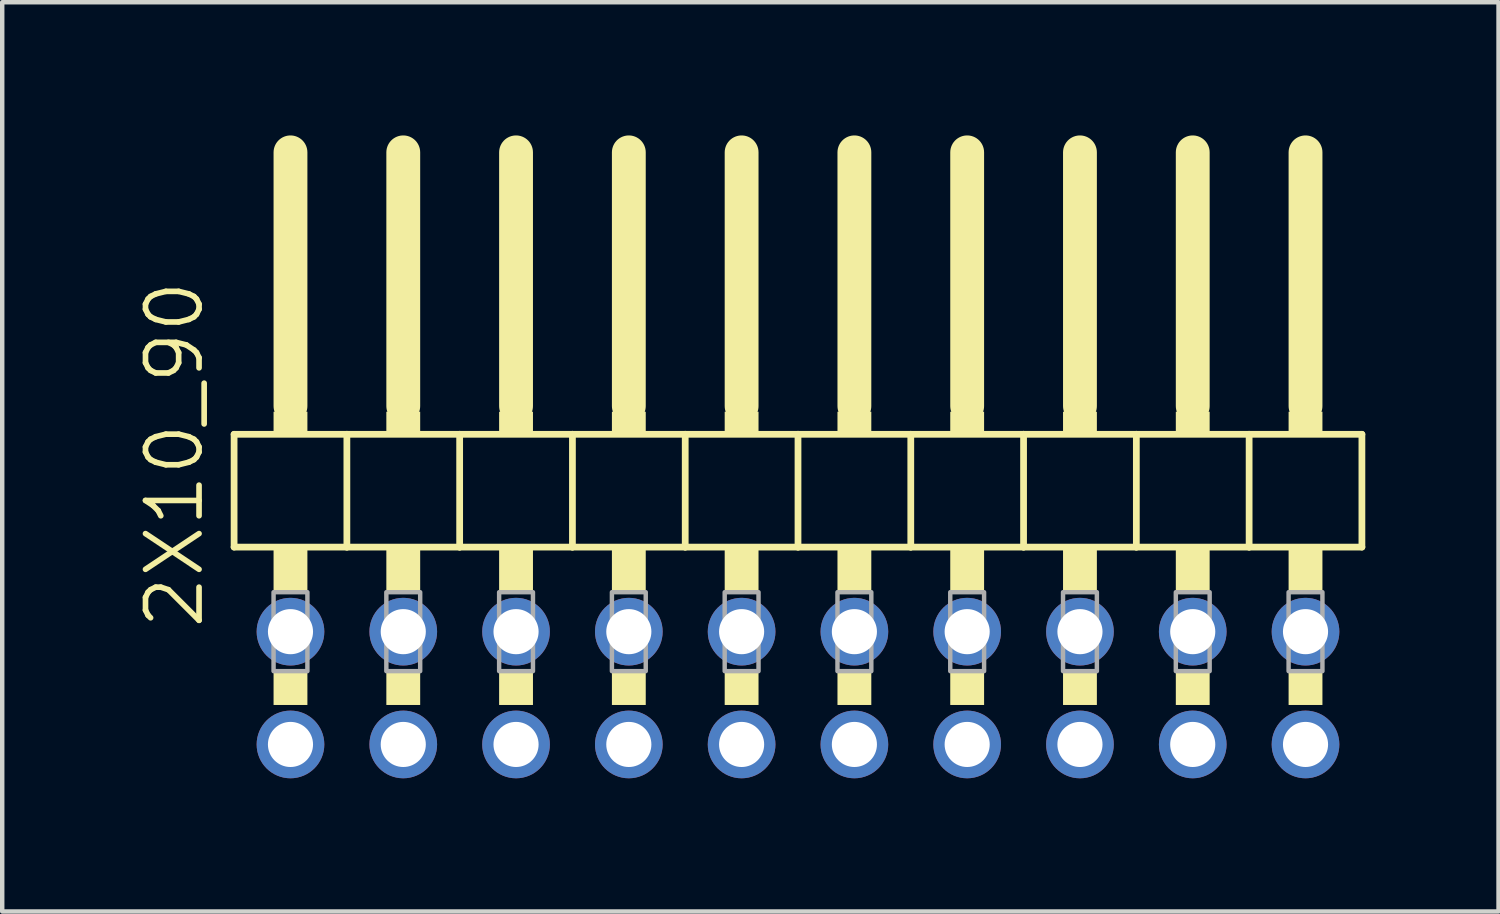
<source format=kicad_pcb>
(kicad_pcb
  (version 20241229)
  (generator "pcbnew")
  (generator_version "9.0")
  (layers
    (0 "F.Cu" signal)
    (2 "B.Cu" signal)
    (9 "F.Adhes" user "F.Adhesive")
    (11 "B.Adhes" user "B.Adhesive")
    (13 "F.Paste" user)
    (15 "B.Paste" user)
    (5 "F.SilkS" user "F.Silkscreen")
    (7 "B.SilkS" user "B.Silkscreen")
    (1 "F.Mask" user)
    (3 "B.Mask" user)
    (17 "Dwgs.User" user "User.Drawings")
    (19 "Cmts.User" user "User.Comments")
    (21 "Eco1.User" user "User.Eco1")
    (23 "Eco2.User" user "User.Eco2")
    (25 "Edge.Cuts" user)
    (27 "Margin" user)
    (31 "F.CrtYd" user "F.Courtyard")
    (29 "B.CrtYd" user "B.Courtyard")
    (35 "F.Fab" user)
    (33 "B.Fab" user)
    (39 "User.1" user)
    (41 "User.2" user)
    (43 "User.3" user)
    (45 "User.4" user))
  (footprint "2X10_90"
    (layer "F.Cu")
    (at 14.922 7.366)
    (property "Reference" "2X10_90" (at -13.335 3.81 90) (layer "F.SilkS") (effects (font (size 1.206 1.206) (thickness 0.127)) (justify left bottom)))
    (attr through_hole)
    (fp_line (start -12.7 -0.635) (end -12.7 1.905) (stroke (width 0.152) (type solid)) (layer "F.SilkS"))
    (fp_line (start -12.7 1.905) (end -10.16 1.905) (stroke (width 0.152) (type solid)) (layer "F.SilkS"))
    (fp_line (start -11.43 -6.985) (end -11.43 -1.27) (stroke (width 0.762) (type solid)) (layer "F.SilkS"))
    (fp_line (start -10.16 -0.635) (end -12.7 -0.635) (stroke (width 0.152) (type solid)) (layer "F.SilkS"))
    (fp_line (start -10.16 1.905) (end -10.16 -0.635) (stroke (width 0.152) (type solid)) (layer "F.SilkS"))
    (fp_line (start -10.16 1.905) (end -7.62 1.905) (stroke (width 0.152) (type solid)) (layer "F.SilkS"))
    (fp_line (start -8.89 -6.985) (end -8.89 -1.27) (stroke (width 0.762) (type solid)) (layer "F.SilkS"))
    (fp_line (start -7.62 -0.635) (end -10.16 -0.635) (stroke (width 0.152) (type solid)) (layer "F.SilkS"))
    (fp_line (start -7.62 1.905) (end -7.62 -0.635) (stroke (width 0.152) (type solid)) (layer "F.SilkS"))
    (fp_line (start -7.62 1.905) (end -5.08 1.905) (stroke (width 0.152) (type solid)) (layer "F.SilkS"))
    (fp_line (start -6.35 -6.985) (end -6.35 -1.27) (stroke (width 0.762) (type solid)) (layer "F.SilkS"))
    (fp_line (start -5.08 -0.635) (end -7.62 -0.635) (stroke (width 0.152) (type solid)) (layer "F.SilkS"))
    (fp_line (start -5.08 1.905) (end -5.08 -0.635) (stroke (width 0.152) (type solid)) (layer "F.SilkS"))
    (fp_line (start -5.08 1.905) (end -2.54 1.905) (stroke (width 0.152) (type solid)) (layer "F.SilkS"))
    (fp_line (start -3.81 -6.985) (end -3.81 -1.27) (stroke (width 0.762) (type solid)) (layer "F.SilkS"))
    (fp_line (start -2.54 -0.635) (end -5.08 -0.635) (stroke (width 0.152) (type solid)) (layer "F.SilkS"))
    (fp_line (start -2.54 1.905) (end -2.54 -0.635) (stroke (width 0.152) (type solid)) (layer "F.SilkS"))
    (fp_line (start -2.54 1.905) (end 0 1.905) (stroke (width 0.152) (type solid)) (layer "F.SilkS"))
    (fp_line (start -1.27 -6.985) (end -1.27 -1.27) (stroke (width 0.762) (type solid)) (layer "F.SilkS"))
    (fp_line (start 0 -0.635) (end -2.54 -0.635) (stroke (width 0.152) (type solid)) (layer "F.SilkS"))
    (fp_line (start 0 1.905) (end 0 -0.635) (stroke (width 0.152) (type solid)) (layer "F.SilkS"))
    (fp_line (start 0 1.905) (end 2.54 1.905) (stroke (width 0.152) (type solid)) (layer "F.SilkS"))
    (fp_line (start 1.27 -6.985) (end 1.27 -1.27) (stroke (width 0.762) (type solid)) (layer "F.SilkS"))
    (fp_line (start 2.54 -0.635) (end 0 -0.635) (stroke (width 0.152) (type solid)) (layer "F.SilkS"))
    (fp_line (start 2.54 1.905) (end 2.54 -0.635) (stroke (width 0.152) (type solid)) (layer "F.SilkS"))
    (fp_line (start 2.54 1.905) (end 5.08 1.905) (stroke (width 0.152) (type solid)) (layer "F.SilkS"))
    (fp_line (start 3.81 -6.985) (end 3.81 -1.27) (stroke (width 0.762) (type solid)) (layer "F.SilkS"))
    (fp_line (start 5.08 -0.635) (end 2.54 -0.635) (stroke (width 0.152) (type solid)) (layer "F.SilkS"))
    (fp_line (start 5.08 1.905) (end 5.08 -0.635) (stroke (width 0.152) (type solid)) (layer "F.SilkS"))
    (fp_line (start 5.08 1.905) (end 7.62 1.905) (stroke (width 0.152) (type solid)) (layer "F.SilkS"))
    (fp_line (start 6.35 -6.985) (end 6.35 -1.27) (stroke (width 0.762) (type solid)) (layer "F.SilkS"))
    (fp_line (start 7.62 -0.635) (end 5.08 -0.635) (stroke (width 0.152) (type solid)) (layer "F.SilkS"))
    (fp_line (start 7.62 1.905) (end 7.62 -0.635) (stroke (width 0.152) (type solid)) (layer "F.SilkS"))
    (fp_line (start 7.62 1.905) (end 10.16 1.905) (stroke (width 0.152) (type solid)) (layer "F.SilkS"))
    (fp_line (start 8.89 -6.985) (end 8.89 -1.27) (stroke (width 0.762) (type solid)) (layer "F.SilkS"))
    (fp_line (start 10.16 -0.635) (end 7.62 -0.635) (stroke (width 0.152) (type solid)) (layer "F.SilkS"))
    (fp_line (start 10.16 1.905) (end 10.16 -0.635) (stroke (width 0.152) (type solid)) (layer "F.SilkS"))
    (fp_line (start 10.16 1.905) (end 12.7 1.905) (stroke (width 0.152) (type solid)) (layer "F.SilkS"))
    (fp_line (start 11.43 -6.985) (end 11.43 -1.27) (stroke (width 0.762) (type solid)) (layer "F.SilkS"))
    (fp_line (start 12.7 -0.635) (end 10.16 -0.635) (stroke (width 0.152) (type solid)) (layer "F.SilkS"))
    (fp_line (start 12.7 1.905) (end 12.7 -0.635) (stroke (width 0.152) (type solid)) (layer "F.SilkS"))
    (fp_poly (pts (xy -11.811 -0.635) (xy -11.049 -0.635) (xy -11.049 -1.143) (xy -11.811 -1.143)) (stroke (width 0) (type solid)) (fill yes) (layer "F.SilkS"))
    (fp_poly (pts (xy -11.811 2.921) (xy -11.049 2.921) (xy -11.049 1.905) (xy -11.811 1.905)) (stroke (width 0) (type solid)) (fill yes) (layer "F.SilkS"))
    (fp_poly (pts (xy -11.811 5.461) (xy -11.049 5.461) (xy -11.049 4.699) (xy -11.811 4.699)) (stroke (width 0) (type solid)) (fill yes) (layer "F.SilkS"))
    (fp_poly (pts (xy -9.271 -0.635) (xy -8.509 -0.635) (xy -8.509 -1.143) (xy -9.271 -1.143)) (stroke (width 0) (type solid)) (fill yes) (layer "F.SilkS"))
    (fp_poly (pts (xy -9.271 2.921) (xy -8.509 2.921) (xy -8.509 1.905) (xy -9.271 1.905)) (stroke (width 0) (type solid)) (fill yes) (layer "F.SilkS"))
    (fp_poly (pts (xy -9.271 5.461) (xy -8.509 5.461) (xy -8.509 4.699) (xy -9.271 4.699)) (stroke (width 0) (type solid)) (fill yes) (layer "F.SilkS"))
    (fp_poly (pts (xy -6.731 -0.635) (xy -5.969 -0.635) (xy -5.969 -1.143) (xy -6.731 -1.143)) (stroke (width 0) (type solid)) (fill yes) (layer "F.SilkS"))
    (fp_poly (pts (xy -6.731 2.921) (xy -5.969 2.921) (xy -5.969 1.905) (xy -6.731 1.905)) (stroke (width 0) (type solid)) (fill yes) (layer "F.SilkS"))
    (fp_poly (pts (xy -6.731 5.461) (xy -5.969 5.461) (xy -5.969 4.699) (xy -6.731 4.699)) (stroke (width 0) (type solid)) (fill yes) (layer "F.SilkS"))
    (fp_poly (pts (xy -4.191 -0.635) (xy -3.429 -0.635) (xy -3.429 -1.143) (xy -4.191 -1.143)) (stroke (width 0) (type solid)) (fill yes) (layer "F.SilkS"))
    (fp_poly (pts (xy -4.191 2.921) (xy -3.429 2.921) (xy -3.429 1.905) (xy -4.191 1.905)) (stroke (width 0) (type solid)) (fill yes) (layer "F.SilkS"))
    (fp_poly (pts (xy -4.191 5.461) (xy -3.429 5.461) (xy -3.429 4.699) (xy -4.191 4.699)) (stroke (width 0) (type solid)) (fill yes) (layer "F.SilkS"))
    (fp_poly (pts (xy -1.651 -0.635) (xy -0.889 -0.635) (xy -0.889 -1.143) (xy -1.651 -1.143)) (stroke (width 0) (type solid)) (fill yes) (layer "F.SilkS"))
    (fp_poly (pts (xy -1.651 2.921) (xy -0.889 2.921) (xy -0.889 1.905) (xy -1.651 1.905)) (stroke (width 0) (type solid)) (fill yes) (layer "F.SilkS"))
    (fp_poly (pts (xy -1.651 5.461) (xy -0.889 5.461) (xy -0.889 4.699) (xy -1.651 4.699)) (stroke (width 0) (type solid)) (fill yes) (layer "F.SilkS"))
    (fp_poly (pts (xy 0.889 -0.635) (xy 1.651 -0.635) (xy 1.651 -1.143) (xy 0.889 -1.143)) (stroke (width 0) (type solid)) (fill yes) (layer "F.SilkS"))
    (fp_poly (pts (xy 0.889 2.921) (xy 1.651 2.921) (xy 1.651 1.905) (xy 0.889 1.905)) (stroke (width 0) (type solid)) (fill yes) (layer "F.SilkS"))
    (fp_poly (pts (xy 0.889 5.461) (xy 1.651 5.461) (xy 1.651 4.699) (xy 0.889 4.699)) (stroke (width 0) (type solid)) (fill yes) (layer "F.SilkS"))
    (fp_poly (pts (xy 3.429 -0.635) (xy 4.191 -0.635) (xy 4.191 -1.143) (xy 3.429 -1.143)) (stroke (width 0) (type solid)) (fill yes) (layer "F.SilkS"))
    (fp_poly (pts (xy 3.429 2.921) (xy 4.191 2.921) (xy 4.191 1.905) (xy 3.429 1.905)) (stroke (width 0) (type solid)) (fill yes) (layer "F.SilkS"))
    (fp_poly (pts (xy 3.429 5.461) (xy 4.191 5.461) (xy 4.191 4.699) (xy 3.429 4.699)) (stroke (width 0) (type solid)) (fill yes) (layer "F.SilkS"))
    (fp_poly (pts (xy 5.969 -0.635) (xy 6.731 -0.635) (xy 6.731 -1.143) (xy 5.969 -1.143)) (stroke (width 0) (type solid)) (fill yes) (layer "F.SilkS"))
    (fp_poly (pts (xy 5.969 2.921) (xy 6.731 2.921) (xy 6.731 1.905) (xy 5.969 1.905)) (stroke (width 0) (type solid)) (fill yes) (layer "F.SilkS"))
    (fp_poly (pts (xy 5.969 5.461) (xy 6.731 5.461) (xy 6.731 4.699) (xy 5.969 4.699)) (stroke (width 0) (type solid)) (fill yes) (layer "F.SilkS"))
    (fp_poly (pts (xy 8.509 -0.635) (xy 9.271 -0.635) (xy 9.271 -1.143) (xy 8.509 -1.143)) (stroke (width 0) (type solid)) (fill yes) (layer "F.SilkS"))
    (fp_poly (pts (xy 8.509 2.921) (xy 9.271 2.921) (xy 9.271 1.905) (xy 8.509 1.905)) (stroke (width 0) (type solid)) (fill yes) (layer "F.SilkS"))
    (fp_poly (pts (xy 8.509 5.461) (xy 9.271 5.461) (xy 9.271 4.699) (xy 8.509 4.699)) (stroke (width 0) (type solid)) (fill yes) (layer "F.SilkS"))
    (fp_poly (pts (xy 11.049 -0.635) (xy 11.811 -0.635) (xy 11.811 -1.143) (xy 11.049 -1.143)) (stroke (width 0) (type solid)) (fill yes) (layer "F.SilkS"))
    (fp_poly (pts (xy 11.049 2.921) (xy 11.811 2.921) (xy 11.811 1.905) (xy 11.049 1.905)) (stroke (width 0) (type solid)) (fill yes) (layer "F.SilkS"))
    (fp_poly (pts (xy 11.049 5.461) (xy 11.811 5.461) (xy 11.811 4.699) (xy 11.049 4.699)) (stroke (width 0) (type solid)) (fill yes) (layer "F.SilkS"))
    (fp_poly (pts (xy -11.811 4.699) (xy -11.049 4.699) (xy -11.049 2.921) (xy -11.811 2.921)) (stroke (width 0.1) (type solid)) (fill no) (layer "F.Fab"))
    (fp_poly (pts (xy -9.271 4.699) (xy -8.509 4.699) (xy -8.509 2.921) (xy -9.271 2.921)) (stroke (width 0.1) (type solid)) (fill no) (layer "F.Fab"))
    (fp_poly (pts (xy -6.731 4.699) (xy -5.969 4.699) (xy -5.969 2.921) (xy -6.731 2.921)) (stroke (width 0.1) (type solid)) (fill no) (layer "F.Fab"))
    (fp_poly (pts (xy -4.191 4.699) (xy -3.429 4.699) (xy -3.429 2.921) (xy -4.191 2.921)) (stroke (width 0.1) (type solid)) (fill no) (layer "F.Fab"))
    (fp_poly (pts (xy -1.651 4.699) (xy -0.889 4.699) (xy -0.889 2.921) (xy -1.651 2.921)) (stroke (width 0.1) (type solid)) (fill no) (layer "F.Fab"))
    (fp_poly (pts (xy 0.889 4.699) (xy 1.651 4.699) (xy 1.651 2.921) (xy 0.889 2.921)) (stroke (width 0.1) (type solid)) (fill no) (layer "F.Fab"))
    (fp_poly (pts (xy 3.429 4.699) (xy 4.191 4.699) (xy 4.191 2.921) (xy 3.429 2.921)) (stroke (width 0.1) (type solid)) (fill no) (layer "F.Fab"))
    (fp_poly (pts (xy 5.969 4.699) (xy 6.731 4.699) (xy 6.731 2.921) (xy 5.969 2.921)) (stroke (width 0.1) (type solid)) (fill no) (layer "F.Fab"))
    (fp_poly (pts (xy 8.509 4.699) (xy 9.271 4.699) (xy 9.271 2.921) (xy 8.509 2.921)) (stroke (width 0.1) (type solid)) (fill no) (layer "F.Fab"))
    (fp_poly (pts (xy 11.049 4.699) (xy 11.811 4.699) (xy 11.811 2.921) (xy 11.049 2.921)) (stroke (width 0.1) (type solid)) (fill no) (layer "F.Fab"))
    (pad "1" thru_hole circle (at -11.43 6.35) (size 1.524 1.524) (drill 1.016) (layers "*.Cu" "*.Mask"))
    (pad "2" thru_hole circle (at -11.43 3.81) (size 1.524 1.524) (drill 1.016) (layers "*.Cu" "*.Mask"))
    (pad "3" thru_hole circle (at -8.89 6.35) (size 1.524 1.524) (drill 1.016) (layers "*.Cu" "*.Mask"))
    (pad "4" thru_hole circle (at -8.89 3.81) (size 1.524 1.524) (drill 1.016) (layers "*.Cu" "*.Mask"))
    (pad "5" thru_hole circle (at -6.35 6.35) (size 1.524 1.524) (drill 1.016) (layers "*.Cu" "*.Mask"))
    (pad "6" thru_hole circle (at -6.35 3.81) (size 1.524 1.524) (drill 1.016) (layers "*.Cu" "*.Mask"))
    (pad "7" thru_hole circle (at -3.81 6.35) (size 1.524 1.524) (drill 1.016) (layers "*.Cu" "*.Mask"))
    (pad "8" thru_hole circle (at -3.81 3.81) (size 1.524 1.524) (drill 1.016) (layers "*.Cu" "*.Mask"))
    (pad "9" thru_hole circle (at -1.27 6.35) (size 1.524 1.524) (drill 1.016) (layers "*.Cu" "*.Mask"))
    (pad "10" thru_hole circle (at -1.27 3.81) (size 1.524 1.524) (drill 1.016) (layers "*.Cu" "*.Mask"))
    (pad "11" thru_hole circle (at 1.27 6.35) (size 1.524 1.524) (drill 1.016) (layers "*.Cu" "*.Mask"))
    (pad "12" thru_hole circle (at 1.27 3.81) (size 1.524 1.524) (drill 1.016) (layers "*.Cu" "*.Mask"))
    (pad "13" thru_hole circle (at 3.81 6.35) (size 1.524 1.524) (drill 1.016) (layers "*.Cu" "*.Mask"))
    (pad "14" thru_hole circle (at 3.81 3.81) (size 1.524 1.524) (drill 1.016) (layers "*.Cu" "*.Mask"))
    (pad "15" thru_hole circle (at 6.35 6.35) (size 1.524 1.524) (drill 1.016) (layers "*.Cu" "*.Mask"))
    (pad "16" thru_hole circle (at 6.35 3.81) (size 1.524 1.524) (drill 1.016) (layers "*.Cu" "*.Mask"))
    (pad "17" thru_hole circle (at 8.89 6.35) (size 1.524 1.524) (drill 1.016) (layers "*.Cu" "*.Mask"))
    (pad "18" thru_hole circle (at 8.89 3.81) (size 1.524 1.524) (drill 1.016) (layers "*.Cu" "*.Mask"))
    (pad "19" thru_hole circle (at 11.43 6.35) (size 1.524 1.524) (drill 1.016) (layers "*.Cu" "*.Mask"))
    (pad "20" thru_hole circle (at 11.43 3.81) (size 1.524 1.524) (drill 1.016) (layers "*.Cu" "*.Mask")))
  (gr_rect
    (start -3 -3)
    (end 30.699 17.478)
    (stroke (width 0.1) (type default))
    (fill no)
    (layer "Edge.Cuts")))
</source>
